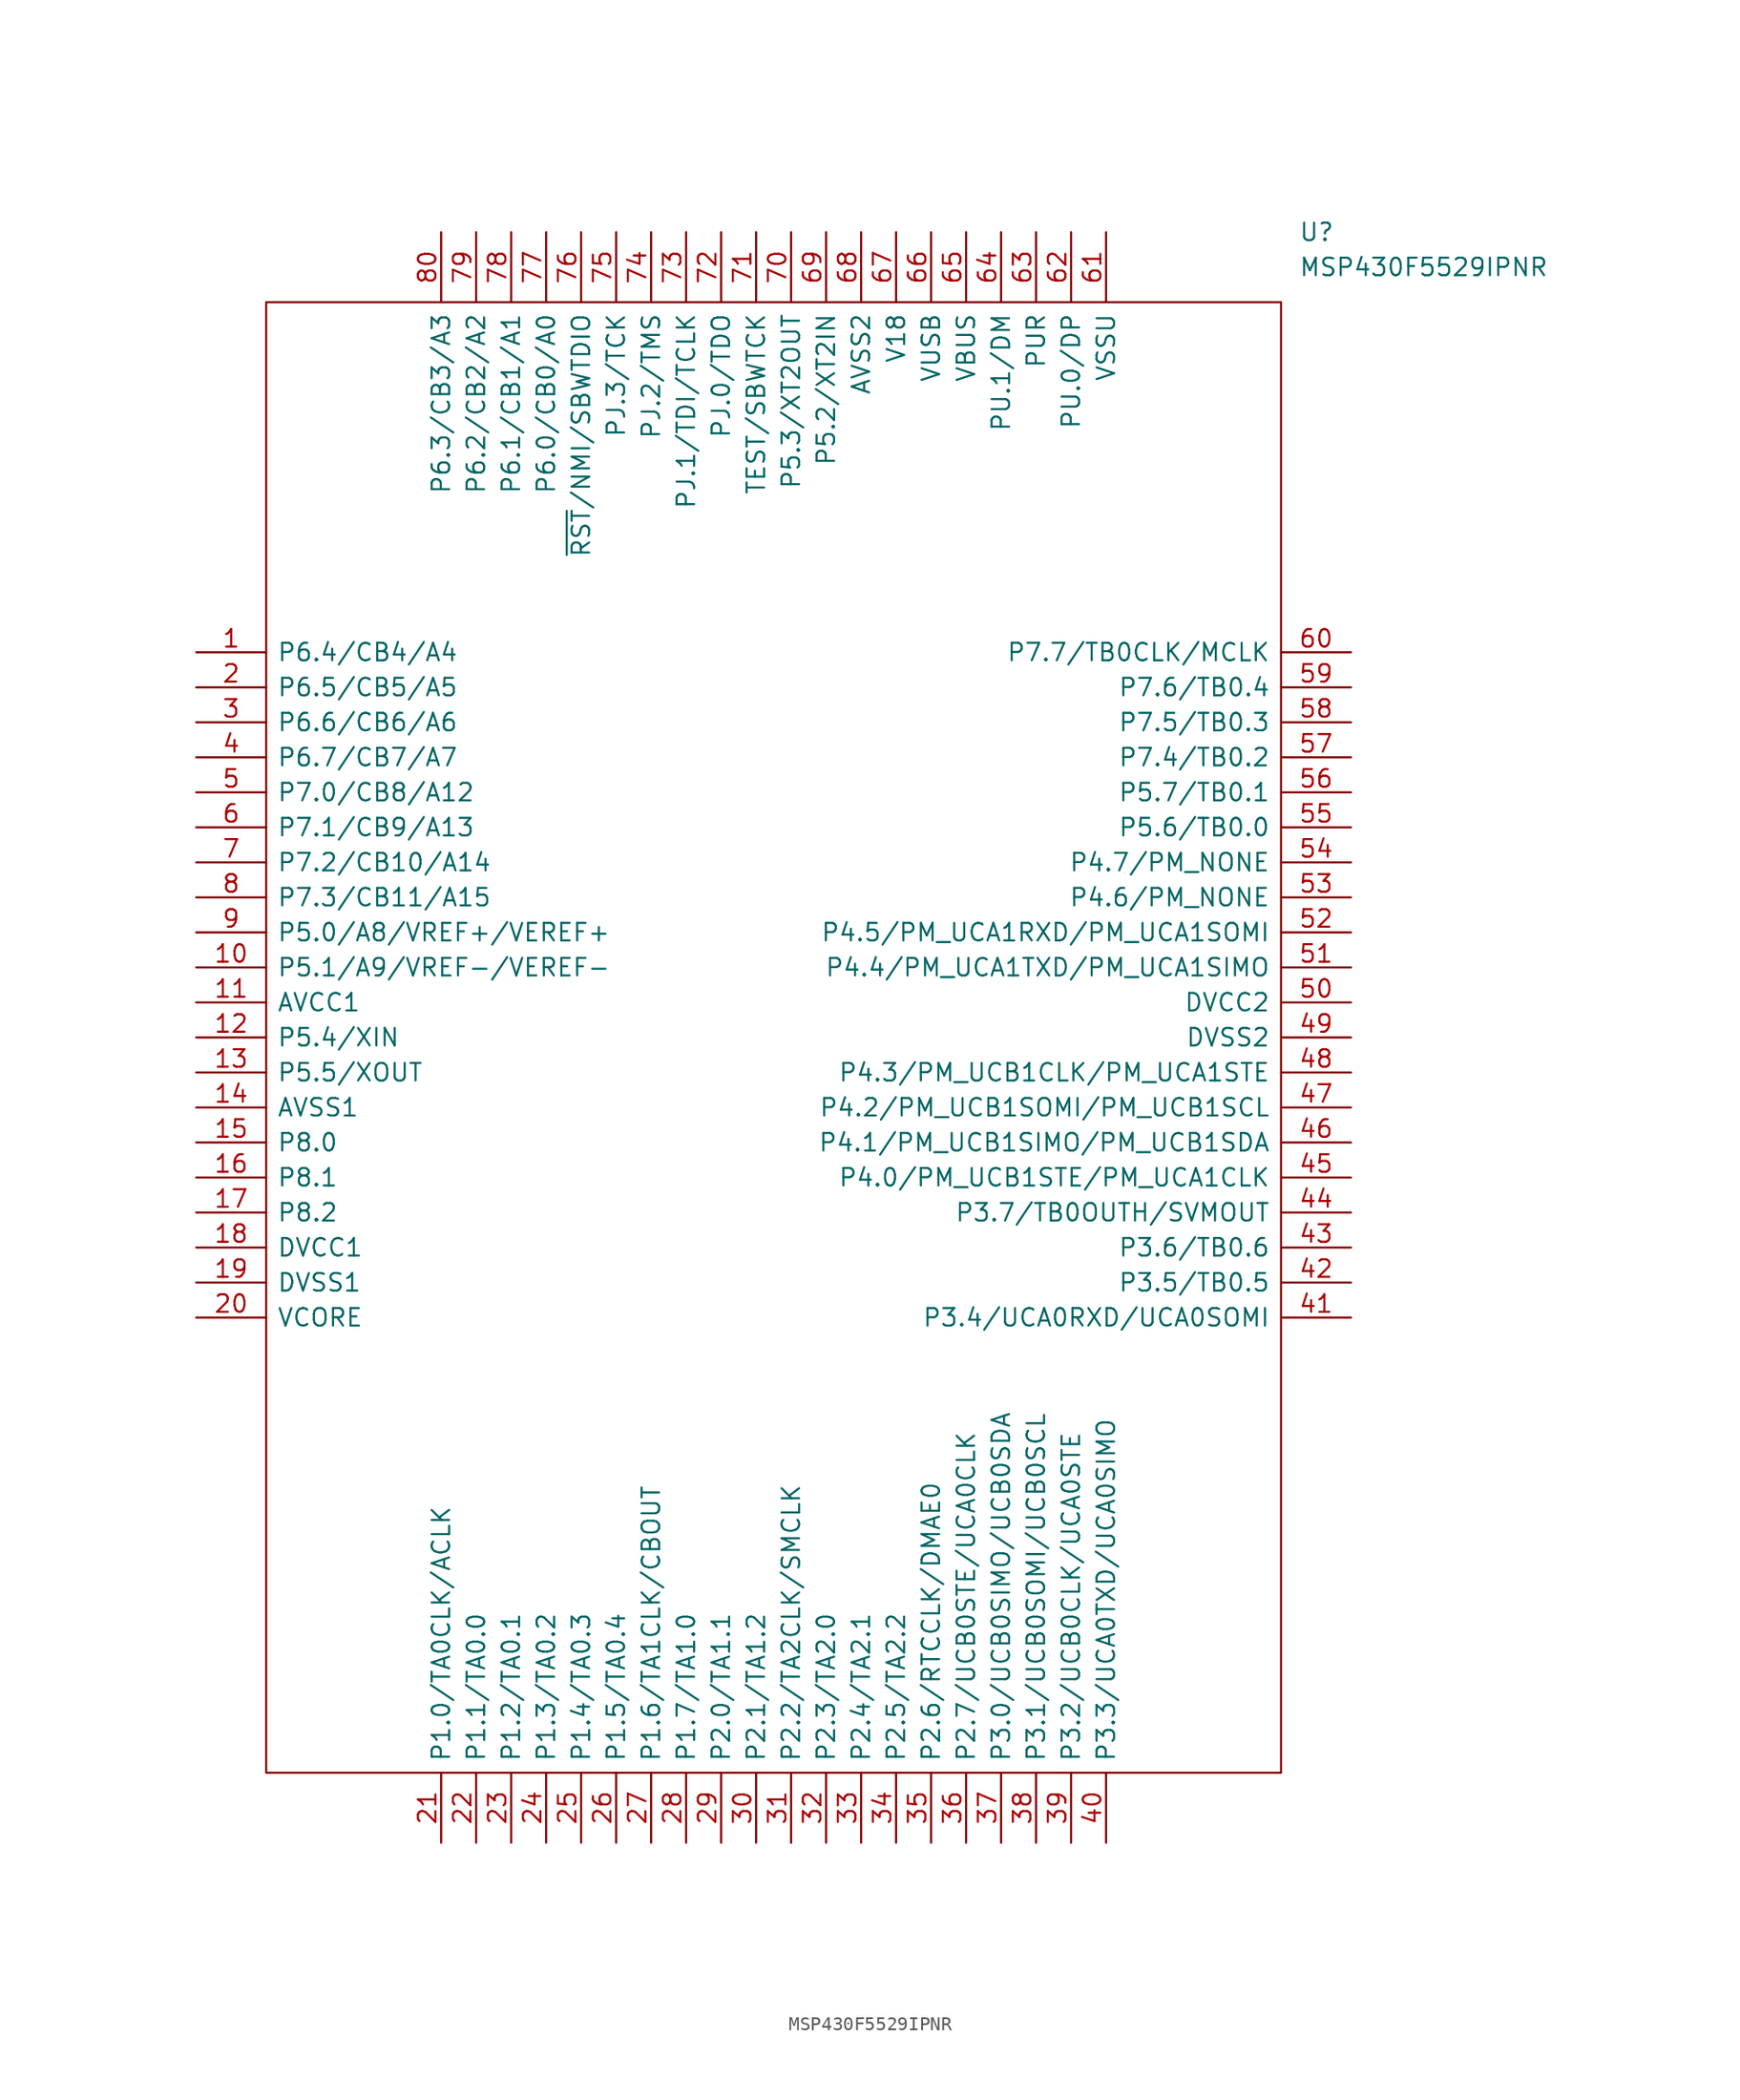
<source format=kicad_sym>
(kicad_symbol_lib
  (version 20241209)
  (generator "kicad_symbol_editor")
  (generator_version "9.0")
  (symbol "MSP430F5529IPNR"
    (pin_names
      (offset 0.762))
    (property "Reference" "U"
      (at 38.1 57.15 0)
      (effects (font (size 1.27 1.27)) (justify left)))
    (property "Value" "MSP430F5529IPNR"
      (at 38.1 54.61 0)
      (effects (font (size 1.27 1.27)) (justify left)))
    (symbol "MSP430F5529IPNR_0_0"
      (pin bidirectional line (at -41.91 26.67 0) (length 5.08) (name "P6.4/CB4/A4" (effects (font (size 1.27 1.27)))) (number "1" (effects (font (size 1.27 1.27)))))
      (pin bidirectional line (at -41.91 24.13 0) (length 5.08) (name "P6.5/CB5/A5" (effects (font (size 1.27 1.27)))) (number "2" (effects (font (size 1.27 1.27)))))
      (pin bidirectional line (at -41.91 21.59 0) (length 5.08) (name "P6.6/CB6/A6" (effects (font (size 1.27 1.27)))) (number "3" (effects (font (size 1.27 1.27)))))
      (pin bidirectional line (at -41.91 19.05 0) (length 5.08) (name "P6.7/CB7/A7" (effects (font (size 1.27 1.27)))) (number "4" (effects (font (size 1.27 1.27)))))
      (pin bidirectional line (at -41.91 16.51 0) (length 5.08) (name "P7.0/CB8/A12" (effects (font (size 1.27 1.27)))) (number "5" (effects (font (size 1.27 1.27)))))
      (pin bidirectional line (at -41.91 13.97 0) (length 5.08) (name "P7.1/CB9/A13" (effects (font (size 1.27 1.27)))) (number "6" (effects (font (size 1.27 1.27)))))
      (pin bidirectional line (at -41.91 11.43 0) (length 5.08) (name "P7.2/CB10/A14" (effects (font (size 1.27 1.27)))) (number "7" (effects (font (size 1.27 1.27)))))
      (pin bidirectional line (at -41.91 8.89 0) (length 5.08) (name "P7.3/CB11/A15" (effects (font (size 1.27 1.27)))) (number "8" (effects (font (size 1.27 1.27)))))
      (pin bidirectional line (at -41.91 6.35 0) (length 5.08) (name "P5.0/A8/VREF+/VEREF+" (effects (font (size 1.27 1.27)))) (number "9" (effects (font (size 1.27 1.27)))))
      (pin bidirectional line (at -41.91 3.81 0) (length 5.08) (name "P5.1/A9/VREF-/VEREF-" (effects (font (size 1.27 1.27)))) (number "10" (effects (font (size 1.27 1.27)))))
      (pin bidirectional line (at -41.91 1.27 0) (length 5.08) (name "AVCC1" (effects (font (size 1.27 1.27)))) (number "11" (effects (font (size 1.27 1.27)))))
      (pin bidirectional line (at -41.91 -1.27 0) (length 5.08) (name "P5.4/XIN" (effects (font (size 1.27 1.27)))) (number "12" (effects (font (size 1.27 1.27)))))
      (pin bidirectional line (at -41.91 -3.81 0) (length 5.08) (name "P5.5/XOUT" (effects (font (size 1.27 1.27)))) (number "13" (effects (font (size 1.27 1.27)))))
      (pin bidirectional line (at -41.91 -6.35 0) (length 5.08) (name "AVSS1" (effects (font (size 1.27 1.27)))) (number "14" (effects (font (size 1.27 1.27)))))
      (pin bidirectional line (at -41.91 -8.89 0) (length 5.08) (name "P8.0" (effects (font (size 1.27 1.27)))) (number "15" (effects (font (size 1.27 1.27)))))
      (pin bidirectional line (at -41.91 -11.43 0) (length 5.08) (name "P8.1" (effects (font (size 1.27 1.27)))) (number "16" (effects (font (size 1.27 1.27)))))
      (pin bidirectional line (at -41.91 -13.97 0) (length 5.08) (name "P8.2" (effects (font (size 1.27 1.27)))) (number "17" (effects (font (size 1.27 1.27)))))
      (pin bidirectional line (at -41.91 -16.51 0) (length 5.08) (name "DVCC1" (effects (font (size 1.27 1.27)))) (number "18" (effects (font (size 1.27 1.27)))))
      (pin bidirectional line (at -41.91 -19.05 0) (length 5.08) (name "DVSS1" (effects (font (size 1.27 1.27)))) (number "19" (effects (font (size 1.27 1.27)))))
      (pin bidirectional line (at -41.91 -21.59 0) (length 5.08) (name "VCORE" (effects (font (size 1.27 1.27)))) (number "20" (effects (font (size 1.27 1.27)))))
      (pin bidirectional line (at -24.13 57.15 270) (length 5.08) (name "P6.3/CB3/A3" (effects (font (size 1.27 1.27)))) (number "80" (effects (font (size 1.27 1.27)))))
      (pin bidirectional line (at -24.13 -59.69 90) (length 5.08) (name "P1.0/TA0CLK/ACLK" (effects (font (size 1.27 1.27)))) (number "21" (effects (font (size 1.27 1.27)))))
      (pin bidirectional line (at -21.59 57.15 270) (length 5.08) (name "P6.2/CB2/A2" (effects (font (size 1.27 1.27)))) (number "79" (effects (font (size 1.27 1.27)))))
      (pin bidirectional line (at -21.59 -59.69 90) (length 5.08) (name "P1.1/TA0.0" (effects (font (size 1.27 1.27)))) (number "22" (effects (font (size 1.27 1.27)))))
      (pin bidirectional line (at -19.05 57.15 270) (length 5.08) (name "P6.1/CB1/A1" (effects (font (size 1.27 1.27)))) (number "78" (effects (font (size 1.27 1.27)))))
      (pin bidirectional line (at -19.05 -59.69 90) (length 5.08) (name "P1.2/TA0.1" (effects (font (size 1.27 1.27)))) (number "23" (effects (font (size 1.27 1.27)))))
      (pin bidirectional line (at -16.51 57.15 270) (length 5.08) (name "P6.0/CB0/A0" (effects (font (size 1.27 1.27)))) (number "77" (effects (font (size 1.27 1.27)))))
      (pin bidirectional line (at -16.51 -59.69 90) (length 5.08) (name "P1.3/TA0.2" (effects (font (size 1.27 1.27)))) (number "24" (effects (font (size 1.27 1.27)))))
      (pin bidirectional line (at -13.97 57.15 270) (length 5.08) (name "~{RST}/NMI/SBWTDIO" (effects (font (size 1.27 1.27)))) (number "76" (effects (font (size 1.27 1.27)))))
      (pin bidirectional line (at -13.97 -59.69 90) (length 5.08) (name "P1.4/TA0.3" (effects (font (size 1.27 1.27)))) (number "25" (effects (font (size 1.27 1.27)))))
      (pin bidirectional line (at -11.43 57.15 270) (length 5.08) (name "PJ.3/TCK" (effects (font (size 1.27 1.27)))) (number "75" (effects (font (size 1.27 1.27)))))
      (pin bidirectional line (at -11.43 -59.69 90) (length 5.08) (name "P1.5/TA0.4" (effects (font (size 1.27 1.27)))) (number "26" (effects (font (size 1.27 1.27)))))
      (pin bidirectional line (at -8.89 57.15 270) (length 5.08) (name "PJ.2/TMS" (effects (font (size 1.27 1.27)))) (number "74" (effects (font (size 1.27 1.27)))))
      (pin bidirectional line (at -8.89 -59.69 90) (length 5.08) (name "P1.6/TA1CLK/CBOUT" (effects (font (size 1.27 1.27)))) (number "27" (effects (font (size 1.27 1.27)))))
      (pin bidirectional line (at -6.35 57.15 270) (length 5.08) (name "PJ.1/TDI/TCLK" (effects (font (size 1.27 1.27)))) (number "73" (effects (font (size 1.27 1.27)))))
      (pin bidirectional line (at -6.35 -59.69 90) (length 5.08) (name "P1.7/TA1.0" (effects (font (size 1.27 1.27)))) (number "28" (effects (font (size 1.27 1.27)))))
      (pin bidirectional line (at -3.81 57.15 270) (length 5.08) (name "PJ.0/TDO" (effects (font (size 1.27 1.27)))) (number "72" (effects (font (size 1.27 1.27)))))
      (pin bidirectional line (at -3.81 -59.69 90) (length 5.08) (name "P2.0/TA1.1" (effects (font (size 1.27 1.27)))) (number "29" (effects (font (size 1.27 1.27)))))
      (pin bidirectional line (at -1.27 57.15 270) (length 5.08) (name "TEST/SBWTCK" (effects (font (size 1.27 1.27)))) (number "71" (effects (font (size 1.27 1.27)))))
      (pin bidirectional line (at -1.27 -59.69 90) (length 5.08) (name "P2.1/TA1.2" (effects (font (size 1.27 1.27)))) (number "30" (effects (font (size 1.27 1.27)))))
      (pin bidirectional line (at 1.27 57.15 270) (length 5.08) (name "P5.3/XT2OUT" (effects (font (size 1.27 1.27)))) (number "70" (effects (font (size 1.27 1.27)))))
      (pin bidirectional line (at 1.27 -59.69 90) (length 5.08) (name "P2.2/TA2CLK/SMCLK" (effects (font (size 1.27 1.27)))) (number "31" (effects (font (size 1.27 1.27)))))
      (pin bidirectional line (at 3.81 57.15 270) (length 5.08) (name "P5.2/XT2IN" (effects (font (size 1.27 1.27)))) (number "69" (effects (font (size 1.27 1.27)))))
      (pin bidirectional line (at 3.81 -59.69 90) (length 5.08) (name "P2.3/TA2.0" (effects (font (size 1.27 1.27)))) (number "32" (effects (font (size 1.27 1.27)))))
      (pin bidirectional line (at 6.35 57.15 270) (length 5.08) (name "AVSS2" (effects (font (size 1.27 1.27)))) (number "68" (effects (font (size 1.27 1.27)))))
      (pin bidirectional line (at 6.35 -59.69 90) (length 5.08) (name "P2.4/TA2.1" (effects (font (size 1.27 1.27)))) (number "33" (effects (font (size 1.27 1.27)))))
      (pin bidirectional line (at 8.89 57.15 270) (length 5.08) (name "V18" (effects (font (size 1.27 1.27)))) (number "67" (effects (font (size 1.27 1.27)))))
      (pin bidirectional line (at 8.89 -59.69 90) (length 5.08) (name "P2.5/TA2.2" (effects (font (size 1.27 1.27)))) (number "34" (effects (font (size 1.27 1.27)))))
      (pin bidirectional line (at 11.43 57.15 270) (length 5.08) (name "VUSB" (effects (font (size 1.27 1.27)))) (number "66" (effects (font (size 1.27 1.27)))))
      (pin bidirectional line (at 11.43 -59.69 90) (length 5.08) (name "P2.6/RTCCLK/DMAE0" (effects (font (size 1.27 1.27)))) (number "35" (effects (font (size 1.27 1.27)))))
      (pin bidirectional line (at 13.97 57.15 270) (length 5.08) (name "VBUS" (effects (font (size 1.27 1.27)))) (number "65" (effects (font (size 1.27 1.27)))))
      (pin bidirectional line (at 13.97 -59.69 90) (length 5.08) (name "P2.7/UCB0STE/UCA0CLK" (effects (font (size 1.27 1.27)))) (number "36" (effects (font (size 1.27 1.27)))))
      (pin bidirectional line (at 16.51 57.15 270) (length 5.08) (name "PU.1/DM" (effects (font (size 1.27 1.27)))) (number "64" (effects (font (size 1.27 1.27)))))
      (pin bidirectional line (at 16.51 -59.69 90) (length 5.08) (name "P3.0/UCB0SIMO/UCB0SDA" (effects (font (size 1.27 1.27)))) (number "37" (effects (font (size 1.27 1.27)))))
      (pin bidirectional line (at 19.05 57.15 270) (length 5.08) (name "PUR" (effects (font (size 1.27 1.27)))) (number "63" (effects (font (size 1.27 1.27)))))
      (pin bidirectional line (at 19.05 -59.69 90) (length 5.08) (name "P3.1/UCB0SOMI/UCB0SCL" (effects (font (size 1.27 1.27)))) (number "38" (effects (font (size 1.27 1.27)))))
      (pin bidirectional line (at 21.59 57.15 270) (length 5.08) (name "PU.0/DP" (effects (font (size 1.27 1.27)))) (number "62" (effects (font (size 1.27 1.27)))))
      (pin bidirectional line (at 21.59 -59.69 90) (length 5.08) (name "P3.2/UCB0CLK/UCA0STE" (effects (font (size 1.27 1.27)))) (number "39" (effects (font (size 1.27 1.27)))))
      (pin bidirectional line (at 24.13 57.15 270) (length 5.08) (name "VSSU" (effects (font (size 1.27 1.27)))) (number "61" (effects (font (size 1.27 1.27)))))
      (pin bidirectional line (at 24.13 -59.69 90) (length 5.08) (name "P3.3/UCA0TXD/UCA0SIMO" (effects (font (size 1.27 1.27)))) (number "40" (effects (font (size 1.27 1.27)))))
      (pin bidirectional line (at 41.91 26.67 180) (length 5.08) (name "P7.7/TB0CLK/MCLK" (effects (font (size 1.27 1.27)))) (number "60" (effects (font (size 1.27 1.27)))))
      (pin bidirectional line (at 41.91 24.13 180) (length 5.08) (name "P7.6/TB0.4" (effects (font (size 1.27 1.27)))) (number "59" (effects (font (size 1.27 1.27)))))
      (pin bidirectional line (at 41.91 21.59 180) (length 5.08) (name "P7.5/TB0.3" (effects (font (size 1.27 1.27)))) (number "58" (effects (font (size 1.27 1.27)))))
      (pin bidirectional line (at 41.91 19.05 180) (length 5.08) (name "P7.4/TB0.2" (effects (font (size 1.27 1.27)))) (number "57" (effects (font (size 1.27 1.27)))))
      (pin bidirectional line (at 41.91 16.51 180) (length 5.08) (name "P5.7/TB0.1" (effects (font (size 1.27 1.27)))) (number "56" (effects (font (size 1.27 1.27)))))
      (pin bidirectional line (at 41.91 13.97 180) (length 5.08) (name "P5.6/TB0.0" (effects (font (size 1.27 1.27)))) (number "55" (effects (font (size 1.27 1.27)))))
      (pin bidirectional line (at 41.91 11.43 180) (length 5.08) (name "P4.7/PM_NONE" (effects (font (size 1.27 1.27)))) (number "54" (effects (font (size 1.27 1.27)))))
      (pin bidirectional line (at 41.91 8.89 180) (length 5.08) (name "P4.6/PM_NONE" (effects (font (size 1.27 1.27)))) (number "53" (effects (font (size 1.27 1.27)))))
      (pin bidirectional line (at 41.91 6.35 180) (length 5.08) (name "P4.5/PM_UCA1RXD/PM_UCA1SOMI" (effects (font (size 1.27 1.27)))) (number "52" (effects (font (size 1.27 1.27)))))
      (pin bidirectional line (at 41.91 3.81 180) (length 5.08) (name "P4.4/PM_UCA1TXD/PM_UCA1SIMO" (effects (font (size 1.27 1.27)))) (number "51" (effects (font (size 1.27 1.27)))))
      (pin bidirectional line (at 41.91 1.27 180) (length 5.08) (name "DVCC2" (effects (font (size 1.27 1.27)))) (number "50" (effects (font (size 1.27 1.27)))))
      (pin bidirectional line (at 41.91 -1.27 180) (length 5.08) (name "DVSS2" (effects (font (size 1.27 1.27)))) (number "49" (effects (font (size 1.27 1.27)))))
      (pin bidirectional line (at 41.91 -3.81 180) (length 5.08) (name "P4.3/PM_UCB1CLK/PM_UCA1STE" (effects (font (size 1.27 1.27)))) (number "48" (effects (font (size 1.27 1.27)))))
      (pin bidirectional line (at 41.91 -6.35 180) (length 5.08) (name "P4.2/PM_UCB1SOMI/PM_UCB1SCL" (effects (font (size 1.27 1.27)))) (number "47" (effects (font (size 1.27 1.27)))))
      (pin bidirectional line (at 41.91 -8.89 180) (length 5.08) (name "P4.1/PM_UCB1SIMO/PM_UCB1SDA" (effects (font (size 1.27 1.27)))) (number "46" (effects (font (size 1.27 1.27)))))
      (pin bidirectional line (at 41.91 -11.43 180) (length 5.08) (name "P4.0/PM_UCB1STE/PM_UCA1CLK" (effects (font (size 1.27 1.27)))) (number "45" (effects (font (size 1.27 1.27)))))
      (pin bidirectional line (at 41.91 -13.97 180) (length 5.08) (name "P3.7/TB0OUTH/SVMOUT" (effects (font (size 1.27 1.27)))) (number "44" (effects (font (size 1.27 1.27)))))
      (pin bidirectional line (at 41.91 -16.51 180) (length 5.08) (name "P3.6/TB0.6" (effects (font (size 1.27 1.27)))) (number "43" (effects (font (size 1.27 1.27)))))
      (pin bidirectional line (at 41.91 -19.05 180) (length 5.08) (name "P3.5/TB0.5" (effects (font (size 1.27 1.27)))) (number "42" (effects (font (size 1.27 1.27)))))
      (pin bidirectional line (at 41.91 -21.59 180) (length 5.08) (name "P3.4/UCA0RXD/UCA0SOMI" (effects (font (size 1.27 1.27)))) (number "41" (effects (font (size 1.27 1.27))))))
    (symbol "MSP430F5529IPNR_0_1"
      (polyline (pts (xy -36.83 52.07) (xy 36.83 52.07) (xy 36.83 -54.61) (xy -36.83 -54.61) (xy -36.83 52.07)) (stroke (width 0.152) (type solid)) (fill (type none))))))
</source>
